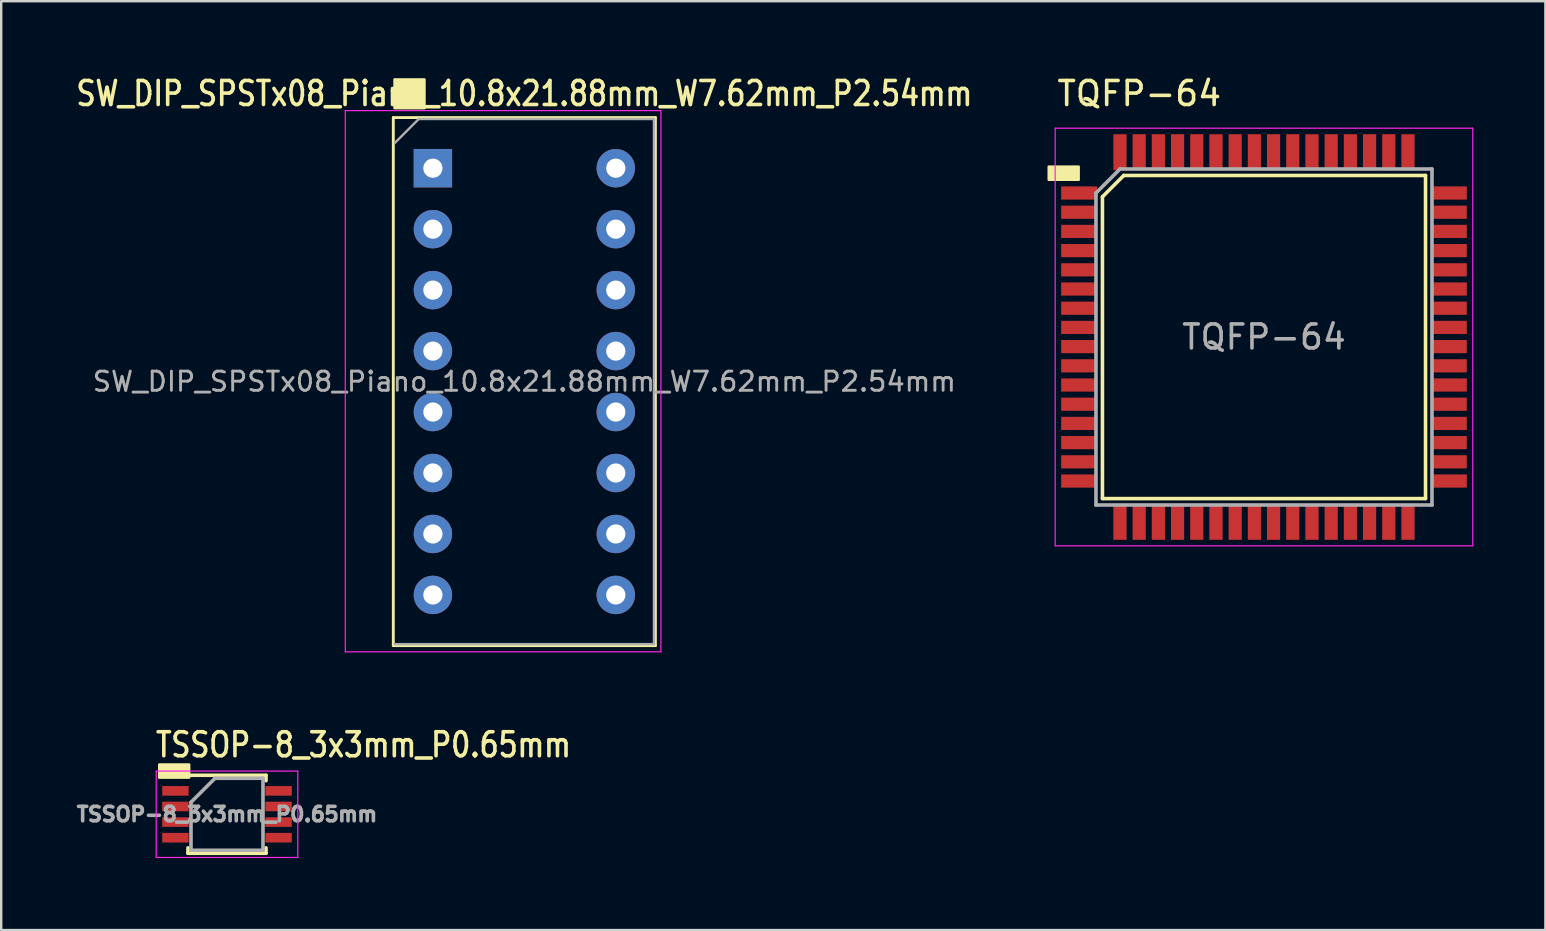
<source format=kicad_pcb>
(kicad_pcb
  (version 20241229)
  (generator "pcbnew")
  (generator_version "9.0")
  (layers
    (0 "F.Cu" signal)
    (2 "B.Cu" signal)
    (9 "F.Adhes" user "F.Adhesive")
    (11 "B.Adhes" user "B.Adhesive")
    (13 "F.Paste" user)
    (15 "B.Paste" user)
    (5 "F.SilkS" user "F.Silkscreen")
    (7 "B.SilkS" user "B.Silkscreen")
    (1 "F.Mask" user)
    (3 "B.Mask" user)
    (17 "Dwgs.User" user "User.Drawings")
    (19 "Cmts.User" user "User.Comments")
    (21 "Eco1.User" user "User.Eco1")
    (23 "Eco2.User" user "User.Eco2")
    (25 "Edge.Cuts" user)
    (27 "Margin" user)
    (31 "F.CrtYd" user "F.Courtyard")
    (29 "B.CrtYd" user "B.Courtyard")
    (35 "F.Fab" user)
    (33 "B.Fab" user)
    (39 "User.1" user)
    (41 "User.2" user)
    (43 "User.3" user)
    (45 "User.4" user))
  (footprint "TSSOP-8_3x3mm_P0.65mm"
    (layer "F.Cu")
    (at 4.274 29.912)
    (property "Reference" "TSSOP-8_3x3mm_P0.65mm" (at -0.914 -1.93 0) (layer "F.SilkS") (effects (font (size 1 0.83) (thickness 0.15)) (justify left)))
    (attr smd)
    (fp_line (start 0.509 -0.66) (end 3.759 -0.66) (stroke (width 0.15) (type solid)) (layer "F.SilkS"))
    (fp_line (start 0.509 2.59) (end 0.509 2.365) (stroke (width 0.15) (type solid)) (layer "F.SilkS"))
    (fp_line (start 0.509 2.59) (end 3.759 2.59) (stroke (width 0.15) (type solid)) (layer "F.SilkS"))
    (fp_line (start 3.759 -0.66) (end 3.759 -0.435) (stroke (width 0.15) (type solid)) (layer "F.SilkS"))
    (fp_line (start 3.759 2.59) (end 3.759 2.365) (stroke (width 0.15) (type solid)) (layer "F.SilkS"))
    (fp_poly (pts (xy -0.691 -1.11) (xy -0.691 -0.56) (xy 0.559 -0.56) (xy 0.559 -1.11)) (stroke (width 0.1) (type solid)) (fill yes) (layer "F.SilkS"))
    (fp_line (start -0.816 -0.835) (end -0.816 2.765) (stroke (width 0.05) (type solid)) (layer "F.CrtYd"))
    (fp_line (start -0.816 -0.835) (end 5.084 -0.835) (stroke (width 0.05) (type solid)) (layer "F.CrtYd"))
    (fp_line (start -0.816 2.765) (end 5.084 2.765) (stroke (width 0.05) (type solid)) (layer "F.CrtYd"))
    (fp_line (start 5.084 -0.835) (end 5.084 2.765) (stroke (width 0.05) (type solid)) (layer "F.CrtYd"))
    (fp_line (start 0.634 0.465) (end 1.634 -0.535) (stroke (width 0.15) (type solid)) (layer "F.Fab"))
    (fp_line (start 0.634 2.465) (end 0.634 0.465) (stroke (width 0.15) (type solid)) (layer "F.Fab"))
    (fp_line (start 1.634 -0.535) (end 3.634 -0.535) (stroke (width 0.15) (type solid)) (layer "F.Fab"))
    (fp_line (start 3.634 -0.535) (end 3.634 2.465) (stroke (width 0.15) (type solid)) (layer "F.Fab"))
    (fp_line (start 3.634 2.465) (end 0.634 2.465) (stroke (width 0.15) (type solid)) (layer "F.Fab"))
    (fp_text user "${REFERENCE}" (at 2.134 0.965 0) (layer "F.Fab") (effects (font (size 0.6 0.6) (thickness 0.15))))
    (pad "1" smd rect (at -0.016 -0.01) (size 1.1 0.4) (layers "F.Cu" "F.Mask" "F.Paste"))
    (pad "2" smd rect (at -0.016 0.64) (size 1.1 0.4) (layers "F.Cu" "F.Mask" "F.Paste"))
    (pad "3" smd rect (at -0.016 1.29) (size 1.1 0.4) (layers "F.Cu" "F.Mask" "F.Paste"))
    (pad "4" smd rect (at -0.016 1.94) (size 1.1 0.4) (layers "F.Cu" "F.Mask" "F.Paste"))
    (pad "5" smd rect (at 4.284 1.94) (size 1.1 0.4) (layers "F.Cu" "F.Mask" "F.Paste"))
    (pad "6" smd rect (at 4.284 1.29) (size 1.1 0.4) (layers "F.Cu" "F.Mask" "F.Paste"))
    (pad "7" smd rect (at 4.284 0.64) (size 1.1 0.4) (layers "F.Cu" "F.Mask" "F.Paste"))
    (pad "8" smd rect (at 4.284 -0.01) (size 1.1 0.4) (layers "F.Cu" "F.Mask" "F.Paste")))
  (footprint "TQFP-64"
    (layer "F.Cu")
    (at 41.914 4.992)
    (property "Reference" "TQFP-64" (at -1 -4.144 0) (layer "F.SilkS") (effects (font (size 1 1) (thickness 0.15)) (justify left)))
    (attr smd)
    (fp_line (start 0.969 0.158) (end 1.858 -0.731) (stroke (width 0.15) (type solid)) (layer "F.SilkS"))
    (fp_line (start 0.969 12.731) (end 0.969 0.158) (stroke (width 0.15) (type solid)) (layer "F.SilkS"))
    (fp_line (start 1.858 -0.731) (end 14.431 -0.731) (stroke (width 0.15) (type solid)) (layer "F.SilkS"))
    (fp_line (start 14.431 -0.731) (end 14.431 12.731) (stroke (width 0.15) (type solid)) (layer "F.SilkS"))
    (fp_line (start 14.431 12.731) (end 0.969 12.731) (stroke (width 0.15) (type solid)) (layer "F.SilkS"))
    (fp_poly (pts (xy -1.27 -1.1) (xy -1.27 -0.55) (xy -0.02 -0.55) (xy -0.02 -1.1)) (stroke (width 0.1) (type solid)) (fill yes) (layer "F.SilkS"))
    (fp_line (start -1 -2.7) (end -1 14.7) (stroke (width 0.05) (type solid)) (layer "F.CrtYd"))
    (fp_line (start -1 -2.7) (end 16.4 -2.7) (stroke (width 0.05) (type solid)) (layer "F.CrtYd"))
    (fp_line (start -1 14.7) (end 16.4 14.7) (stroke (width 0.05) (type solid)) (layer "F.CrtYd"))
    (fp_line (start 16.4 -2.7) (end 16.4 14.7) (stroke (width 0.05) (type solid)) (layer "F.CrtYd"))
    (fp_line (start 0.7 0) (end 1.7 -1) (stroke (width 0.15) (type solid)) (layer "F.Fab"))
    (fp_line (start 0.7 13) (end 0.7 0) (stroke (width 0.15) (type solid)) (layer "F.Fab"))
    (fp_line (start 1.7 -1) (end 14.7 -1) (stroke (width 0.15) (type solid)) (layer "F.Fab"))
    (fp_line (start 14.7 -1) (end 14.7 13) (stroke (width 0.15) (type solid)) (layer "F.Fab"))
    (fp_line (start 14.7 13) (end 0.7 13) (stroke (width 0.15) (type solid)) (layer "F.Fab"))
    (fp_text user "${REFERENCE}" (at 7.7 6 0) (layer "F.Fab") (effects (font (size 1 1) (thickness 0.15))))
    (pad "1" smd rect (at 0 0) (size 1.5 0.55) (layers "F.Cu" "F.Mask" "F.Paste"))
    (pad "2" smd rect (at 0 0.8) (size 1.5 0.55) (layers "F.Cu" "F.Mask" "F.Paste"))
    (pad "3" smd rect (at 0 1.6) (size 1.5 0.55) (layers "F.Cu" "F.Mask" "F.Paste"))
    (pad "4" smd rect (at 0 2.4) (size 1.5 0.55) (layers "F.Cu" "F.Mask" "F.Paste"))
    (pad "5" smd rect (at 0 3.2) (size 1.5 0.55) (layers "F.Cu" "F.Mask" "F.Paste"))
    (pad "6" smd rect (at 0 4) (size 1.5 0.55) (layers "F.Cu" "F.Mask" "F.Paste"))
    (pad "7" smd rect (at 0 4.8) (size 1.5 0.55) (layers "F.Cu" "F.Mask" "F.Paste"))
    (pad "8" smd rect (at 0 5.6) (size 1.5 0.55) (layers "F.Cu" "F.Mask" "F.Paste"))
    (pad "9" smd rect (at 0 6.4) (size 1.5 0.55) (layers "F.Cu" "F.Mask" "F.Paste"))
    (pad "10" smd rect (at 0 7.2) (size 1.5 0.55) (layers "F.Cu" "F.Mask" "F.Paste"))
    (pad "11" smd rect (at 0 8) (size 1.5 0.55) (layers "F.Cu" "F.Mask" "F.Paste"))
    (pad "12" smd rect (at 0 8.8) (size 1.5 0.55) (layers "F.Cu" "F.Mask" "F.Paste"))
    (pad "13" smd rect (at 0 9.6) (size 1.5 0.55) (layers "F.Cu" "F.Mask" "F.Paste"))
    (pad "14" smd rect (at 0 10.4) (size 1.5 0.55) (layers "F.Cu" "F.Mask" "F.Paste"))
    (pad "15" smd rect (at 0 11.2) (size 1.5 0.55) (layers "F.Cu" "F.Mask" "F.Paste"))
    (pad "16" smd rect (at 0 12) (size 1.5 0.55) (layers "F.Cu" "F.Mask" "F.Paste"))
    (pad "17" smd rect (at 1.7 13.7 90) (size 1.5 0.55) (layers "F.Cu" "F.Mask" "F.Paste"))
    (pad "18" smd rect (at 2.5 13.7 90) (size 1.5 0.55) (layers "F.Cu" "F.Mask" "F.Paste"))
    (pad "19" smd rect (at 3.3 13.7 90) (size 1.5 0.55) (layers "F.Cu" "F.Mask" "F.Paste"))
    (pad "20" smd rect (at 4.1 13.7 90) (size 1.5 0.55) (layers "F.Cu" "F.Mask" "F.Paste"))
    (pad "21" smd rect (at 4.9 13.7 90) (size 1.5 0.55) (layers "F.Cu" "F.Mask" "F.Paste"))
    (pad "22" smd rect (at 5.7 13.7 90) (size 1.5 0.55) (layers "F.Cu" "F.Mask" "F.Paste"))
    (pad "23" smd rect (at 6.5 13.7 90) (size 1.5 0.55) (layers "F.Cu" "F.Mask" "F.Paste"))
    (pad "24" smd rect (at 7.3 13.7 90) (size 1.5 0.55) (layers "F.Cu" "F.Mask" "F.Paste"))
    (pad "25" smd rect (at 8.1 13.7 90) (size 1.5 0.55) (layers "F.Cu" "F.Mask" "F.Paste"))
    (pad "26" smd rect (at 8.9 13.7 90) (size 1.5 0.55) (layers "F.Cu" "F.Mask" "F.Paste"))
    (pad "27" smd rect (at 9.7 13.7 90) (size 1.5 0.55) (layers "F.Cu" "F.Mask" "F.Paste"))
    (pad "28" smd rect (at 10.5 13.7 90) (size 1.5 0.55) (layers "F.Cu" "F.Mask" "F.Paste"))
    (pad "29" smd rect (at 11.3 13.7 90) (size 1.5 0.55) (layers "F.Cu" "F.Mask" "F.Paste"))
    (pad "30" smd rect (at 12.1 13.7 90) (size 1.5 0.55) (layers "F.Cu" "F.Mask" "F.Paste"))
    (pad "31" smd rect (at 12.9 13.7 90) (size 1.5 0.55) (layers "F.Cu" "F.Mask" "F.Paste"))
    (pad "32" smd rect (at 13.7 13.7 90) (size 1.5 0.55) (layers "F.Cu" "F.Mask" "F.Paste"))
    (pad "33" smd rect (at 15.4 12) (size 1.5 0.55) (layers "F.Cu" "F.Mask" "F.Paste"))
    (pad "34" smd rect (at 15.4 11.2) (size 1.5 0.55) (layers "F.Cu" "F.Mask" "F.Paste"))
    (pad "35" smd rect (at 15.4 10.4) (size 1.5 0.55) (layers "F.Cu" "F.Mask" "F.Paste"))
    (pad "36" smd rect (at 15.4 9.6) (size 1.5 0.55) (layers "F.Cu" "F.Mask" "F.Paste"))
    (pad "37" smd rect (at 15.4 8.8) (size 1.5 0.55) (layers "F.Cu" "F.Mask" "F.Paste"))
    (pad "38" smd rect (at 15.4 8) (size 1.5 0.55) (layers "F.Cu" "F.Mask" "F.Paste"))
    (pad "39" smd rect (at 15.4 7.2) (size 1.5 0.55) (layers "F.Cu" "F.Mask" "F.Paste"))
    (pad "40" smd rect (at 15.4 6.4) (size 1.5 0.55) (layers "F.Cu" "F.Mask" "F.Paste"))
    (pad "41" smd rect (at 15.4 5.6) (size 1.5 0.55) (layers "F.Cu" "F.Mask" "F.Paste"))
    (pad "42" smd rect (at 15.4 4.8) (size 1.5 0.55) (layers "F.Cu" "F.Mask" "F.Paste"))
    (pad "43" smd rect (at 15.4 4) (size 1.5 0.55) (layers "F.Cu" "F.Mask" "F.Paste"))
    (pad "44" smd rect (at 15.4 3.2) (size 1.5 0.55) (layers "F.Cu" "F.Mask" "F.Paste"))
    (pad "45" smd rect (at 15.4 2.4) (size 1.5 0.55) (layers "F.Cu" "F.Mask" "F.Paste"))
    (pad "46" smd rect (at 15.4 1.6) (size 1.5 0.55) (layers "F.Cu" "F.Mask" "F.Paste"))
    (pad "47" smd rect (at 15.4 0.8) (size 1.5 0.55) (layers "F.Cu" "F.Mask" "F.Paste"))
    (pad "48" smd rect (at 15.4 0) (size 1.5 0.55) (layers "F.Cu" "F.Mask" "F.Paste"))
    (pad "49" smd rect (at 13.7 -1.7 90) (size 1.5 0.55) (layers "F.Cu" "F.Mask" "F.Paste"))
    (pad "50" smd rect (at 12.9 -1.7 90) (size 1.5 0.55) (layers "F.Cu" "F.Mask" "F.Paste"))
    (pad "51" smd rect (at 12.1 -1.7 90) (size 1.5 0.55) (layers "F.Cu" "F.Mask" "F.Paste"))
    (pad "52" smd rect (at 11.3 -1.7 90) (size 1.5 0.55) (layers "F.Cu" "F.Mask" "F.Paste"))
    (pad "53" smd rect (at 10.5 -1.7 90) (size 1.5 0.55) (layers "F.Cu" "F.Mask" "F.Paste"))
    (pad "54" smd rect (at 9.7 -1.7 90) (size 1.5 0.55) (layers "F.Cu" "F.Mask" "F.Paste"))
    (pad "55" smd rect (at 8.9 -1.7 90) (size 1.5 0.55) (layers "F.Cu" "F.Mask" "F.Paste"))
    (pad "56" smd rect (at 8.1 -1.7 90) (size 1.5 0.55) (layers "F.Cu" "F.Mask" "F.Paste"))
    (pad "57" smd rect (at 7.3 -1.7 90) (size 1.5 0.55) (layers "F.Cu" "F.Mask" "F.Paste"))
    (pad "58" smd rect (at 6.5 -1.7 90) (size 1.5 0.55) (layers "F.Cu" "F.Mask" "F.Paste"))
    (pad "59" smd rect (at 5.7 -1.7 90) (size 1.5 0.55) (layers "F.Cu" "F.Mask" "F.Paste"))
    (pad "60" smd rect (at 4.9 -1.7 90) (size 1.5 0.55) (layers "F.Cu" "F.Mask" "F.Paste"))
    (pad "61" smd rect (at 4.1 -1.7 90) (size 1.5 0.55) (layers "F.Cu" "F.Mask" "F.Paste"))
    (pad "62" smd rect (at 3.3 -1.7 90) (size 1.5 0.55) (layers "F.Cu" "F.Mask" "F.Paste"))
    (pad "63" smd rect (at 2.5 -1.7 90) (size 1.5 0.55) (layers "F.Cu" "F.Mask" "F.Paste"))
    (pad "64" smd rect (at 1.7 -1.7 90) (size 1.5 0.55) (layers "F.Cu" "F.Mask" "F.Paste")))
  (footprint "SW_DIP_SPSTx08_Piano_10.8x21.88mm_W7.62mm_P2.54mm"
    (layer "F.Cu")
    (at 14.987 3.958)
    (property "Reference" "SW_DIP_SPSTx08_Piano_10.8x21.88mm_W7.62mm_P2.54mm" (at 3.81 -3.11 0) (layer "F.SilkS") (effects (font (size 1 0.83) (thickness 0.15))))
    (attr through_hole)
    (fp_line (start -1.65 -2.11) (end -1.65 19.891) (stroke (width 0.12) (type solid)) (layer "F.SilkS"))
    (fp_line (start -1.65 -2.11) (end 9.27 -2.11) (stroke (width 0.12) (type solid)) (layer "F.SilkS"))
    (fp_line (start -1.65 19.891) (end 9.27 19.891) (stroke (width 0.12) (type solid)) (layer "F.SilkS"))
    (fp_line (start 9.27 -2.11) (end 9.27 19.891) (stroke (width 0.12) (type solid)) (layer "F.SilkS"))
    (fp_poly (pts (xy -1.6 -3.7) (xy -1.6 -2.5) (xy -0.35 -2.5) (xy -0.35 -3.7)) (stroke (width 0.1) (type solid)) (fill yes) (layer "F.SilkS"))
    (fp_line (start -3.65 -2.4) (end -3.65 20.15) (stroke (width 0.05) (type solid)) (layer "F.CrtYd"))
    (fp_line (start -3.65 20.15) (end 9.5 20.15) (stroke (width 0.05) (type solid)) (layer "F.CrtYd"))
    (fp_line (start 9.5 -2.4) (end -3.65 -2.4) (stroke (width 0.05) (type solid)) (layer "F.CrtYd"))
    (fp_line (start 9.5 20.15) (end 9.5 -2.4) (stroke (width 0.05) (type solid)) (layer "F.CrtYd"))
    (fp_line (start -1.59 -1.05) (end -0.59 -2.05) (stroke (width 0.1) (type solid)) (layer "F.Fab"))
    (fp_line (start -0.59 -2.05) (end 9.21 -2.05) (stroke (width 0.1) (type solid)) (layer "F.Fab"))
    (fp_line (start 9.21 -2.05) (end 9.21 19.83) (stroke (width 0.1) (type solid)) (layer "F.Fab"))
    (fp_line (start 9.21 19.83) (end -1.59 19.83) (stroke (width 0.1) (type solid)) (layer "F.Fab"))
    (fp_text user "${REFERENCE}" (at 3.81 8.89 0) (layer "F.Fab") (effects (font (size 0.8 0.8) (thickness 0.12))))
    (pad "1" thru_hole rect (at 0 0) (size 1.6 1.6) (drill 0.8) (layers "*.Cu" "*.Mask"))
    (pad "2" thru_hole oval (at 0 2.54) (size 1.6 1.6) (drill 0.8) (layers "*.Cu" "*.Mask"))
    (pad "3" thru_hole oval (at 0 5.08) (size 1.6 1.6) (drill 0.8) (layers "*.Cu" "*.Mask"))
    (pad "4" thru_hole oval (at 0 7.62) (size 1.6 1.6) (drill 0.8) (layers "*.Cu" "*.Mask"))
    (pad "5" thru_hole oval (at 0 10.16) (size 1.6 1.6) (drill 0.8) (layers "*.Cu" "*.Mask"))
    (pad "6" thru_hole oval (at 0 12.7) (size 1.6 1.6) (drill 0.8) (layers "*.Cu" "*.Mask"))
    (pad "7" thru_hole oval (at 0 15.24) (size 1.6 1.6) (drill 0.8) (layers "*.Cu" "*.Mask"))
    (pad "8" thru_hole oval (at 0 17.78) (size 1.6 1.6) (drill 0.8) (layers "*.Cu" "*.Mask"))
    (pad "9" thru_hole oval (at 7.62 17.78) (size 1.6 1.6) (drill 0.8) (layers "*.Cu" "*.Mask"))
    (pad "10" thru_hole oval (at 7.62 15.24) (size 1.6 1.6) (drill 0.8) (layers "*.Cu" "*.Mask"))
    (pad "11" thru_hole oval (at 7.62 12.7) (size 1.6 1.6) (drill 0.8) (layers "*.Cu" "*.Mask"))
    (pad "12" thru_hole oval (at 7.62 10.16) (size 1.6 1.6) (drill 0.8) (layers "*.Cu" "*.Mask"))
    (pad "13" thru_hole oval (at 7.62 7.62) (size 1.6 1.6) (drill 0.8) (layers "*.Cu" "*.Mask"))
    (pad "14" thru_hole oval (at 7.62 5.08) (size 1.6 1.6) (drill 0.8) (layers "*.Cu" "*.Mask"))
    (pad "15" thru_hole oval (at 7.62 2.54) (size 1.6 1.6) (drill 0.8) (layers "*.Cu" "*.Mask"))
    (pad "16" thru_hole oval (at 7.62 0) (size 1.6 1.6) (drill 0.8) (layers "*.Cu" "*.Mask")))
  (gr_rect
    (start -3 -3)
    (end 61.339 35.702)
    (stroke (width 0.1) (type default))
    (fill no)
    (layer "Edge.Cuts")))
</source>
